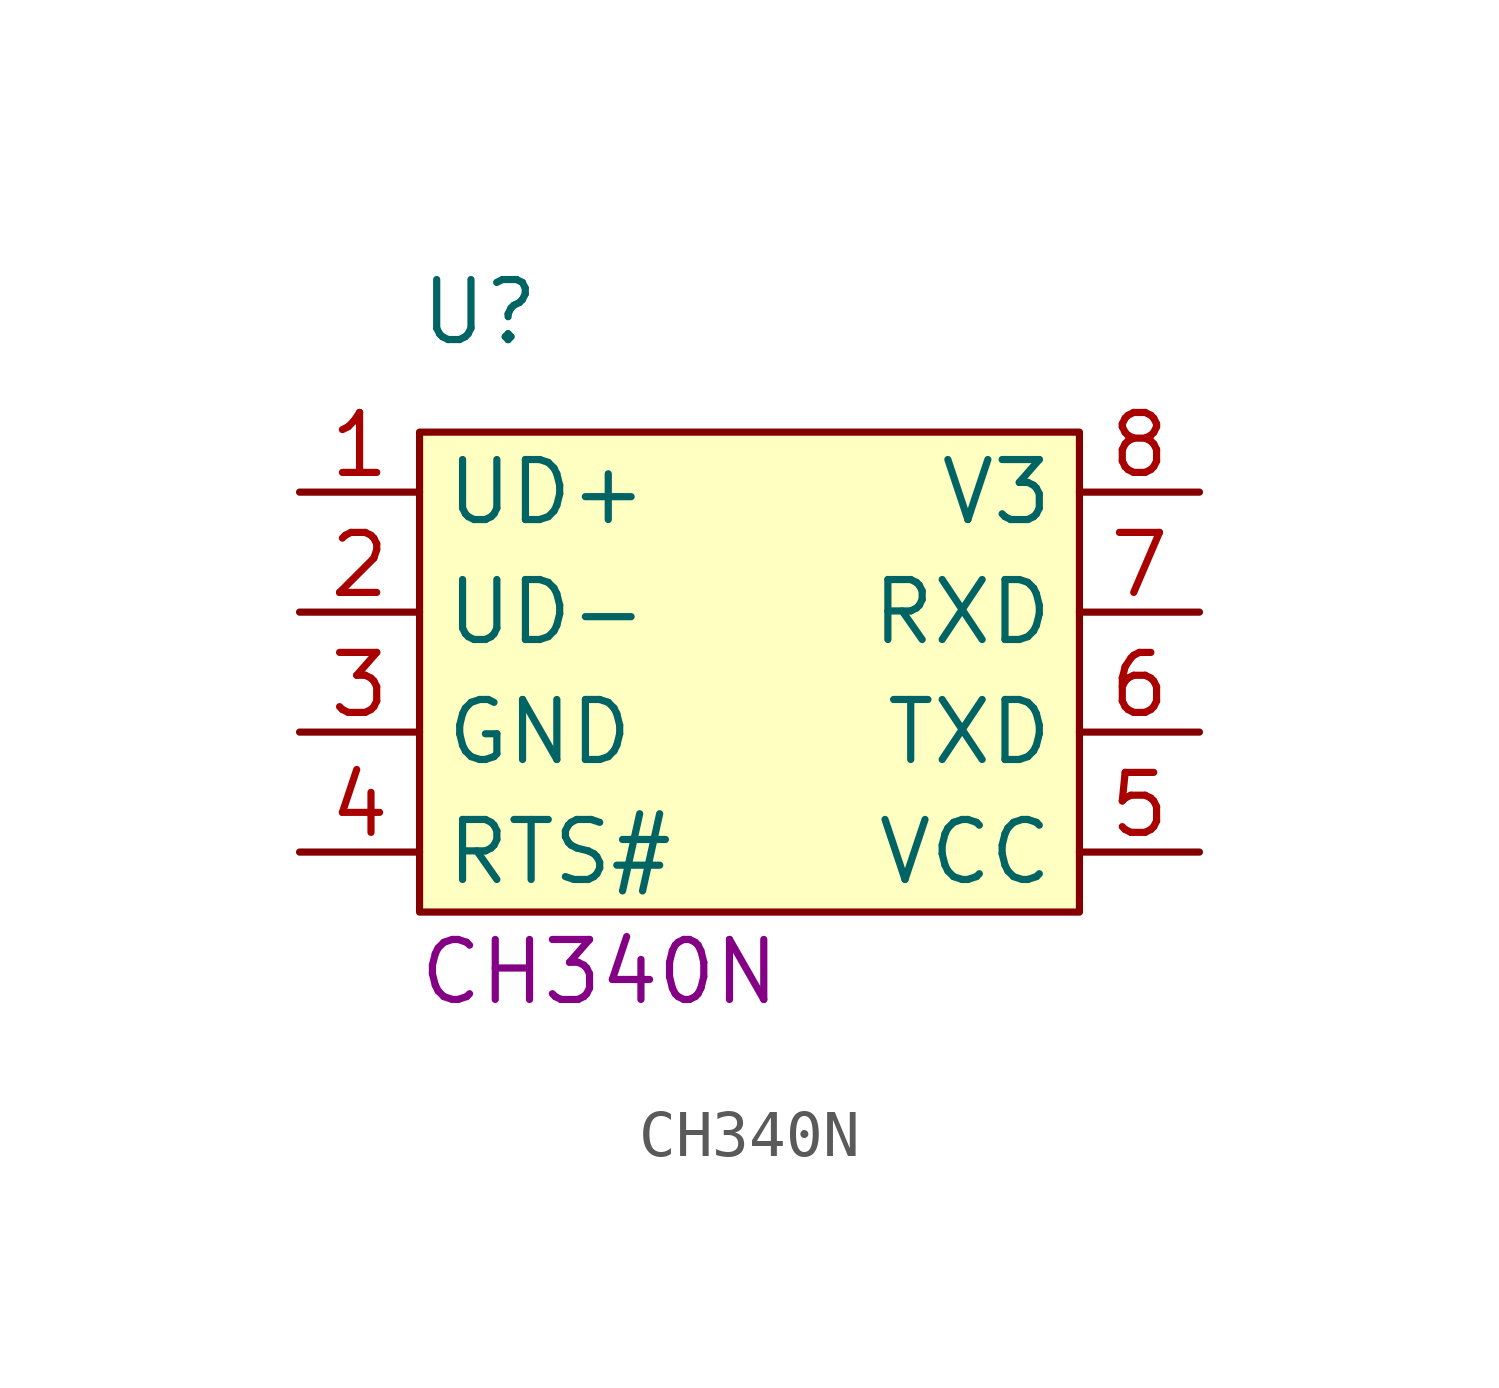
<source format=kicad_sym>
(kicad_symbol_lib
  (version 20241209)
  (generator "kicad_symbol_editor")
  (generator_version "9.0")
  (symbol "CH340N"
    (property "Reference" "U"
      (at 3.81 3.81 0)
      (effects (font (size 1.27 1.27))))
    (property "PartNumber" "CH340N"
      (at 6.35 -10.16 0)
      (effects (font (size 1.27 1.27))))
    (symbol "CH340N_0_0"
      (pin passive line (at 0 0 0) (length 2.54) (name "UD+" (effects (font (size 1.27 1.27)))) (number "1" (effects (font (size 1.27 1.27)))))
      (pin passive line (at 0 -2.54 0) (length 2.54) (name "UD-" (effects (font (size 1.27 1.27)))) (number "2" (effects (font (size 1.27 1.27)))))
      (pin passive line (at 0 -5.08 0) (length 2.54) (name "GND" (effects (font (size 1.27 1.27)))) (number "3" (effects (font (size 1.27 1.27)))))
      (pin passive line (at 0 -7.62 0) (length 2.54) (name "RTS#" (effects (font (size 1.27 1.27)))) (number "4" (effects (font (size 1.27 1.27)))))
      (pin passive line (at 19.05 0 180) (length 2.54) (name "V3" (effects (font (size 1.27 1.27)))) (number "8" (effects (font (size 1.27 1.27)))))
      (pin passive line (at 19.05 -2.54 180) (length 2.54) (name "RXD" (effects (font (size 1.27 1.27)))) (number "7" (effects (font (size 1.27 1.27)))))
      (pin passive line (at 19.05 -5.08 180) (length 2.54) (name "TXD" (effects (font (size 1.27 1.27)))) (number "6" (effects (font (size 1.27 1.27)))))
      (pin passive line (at 19.05 -7.62 180) (length 2.54) (name "VCC" (effects (font (size 1.27 1.27)))) (number "5" (effects (font (size 1.27 1.27))))))
    (symbol "CH340N_1_1"
      (rectangle (start 2.54 1.27) (end 16.51 -8.89) (stroke (width 0) (type default)) (fill (type background))))))
</source>
